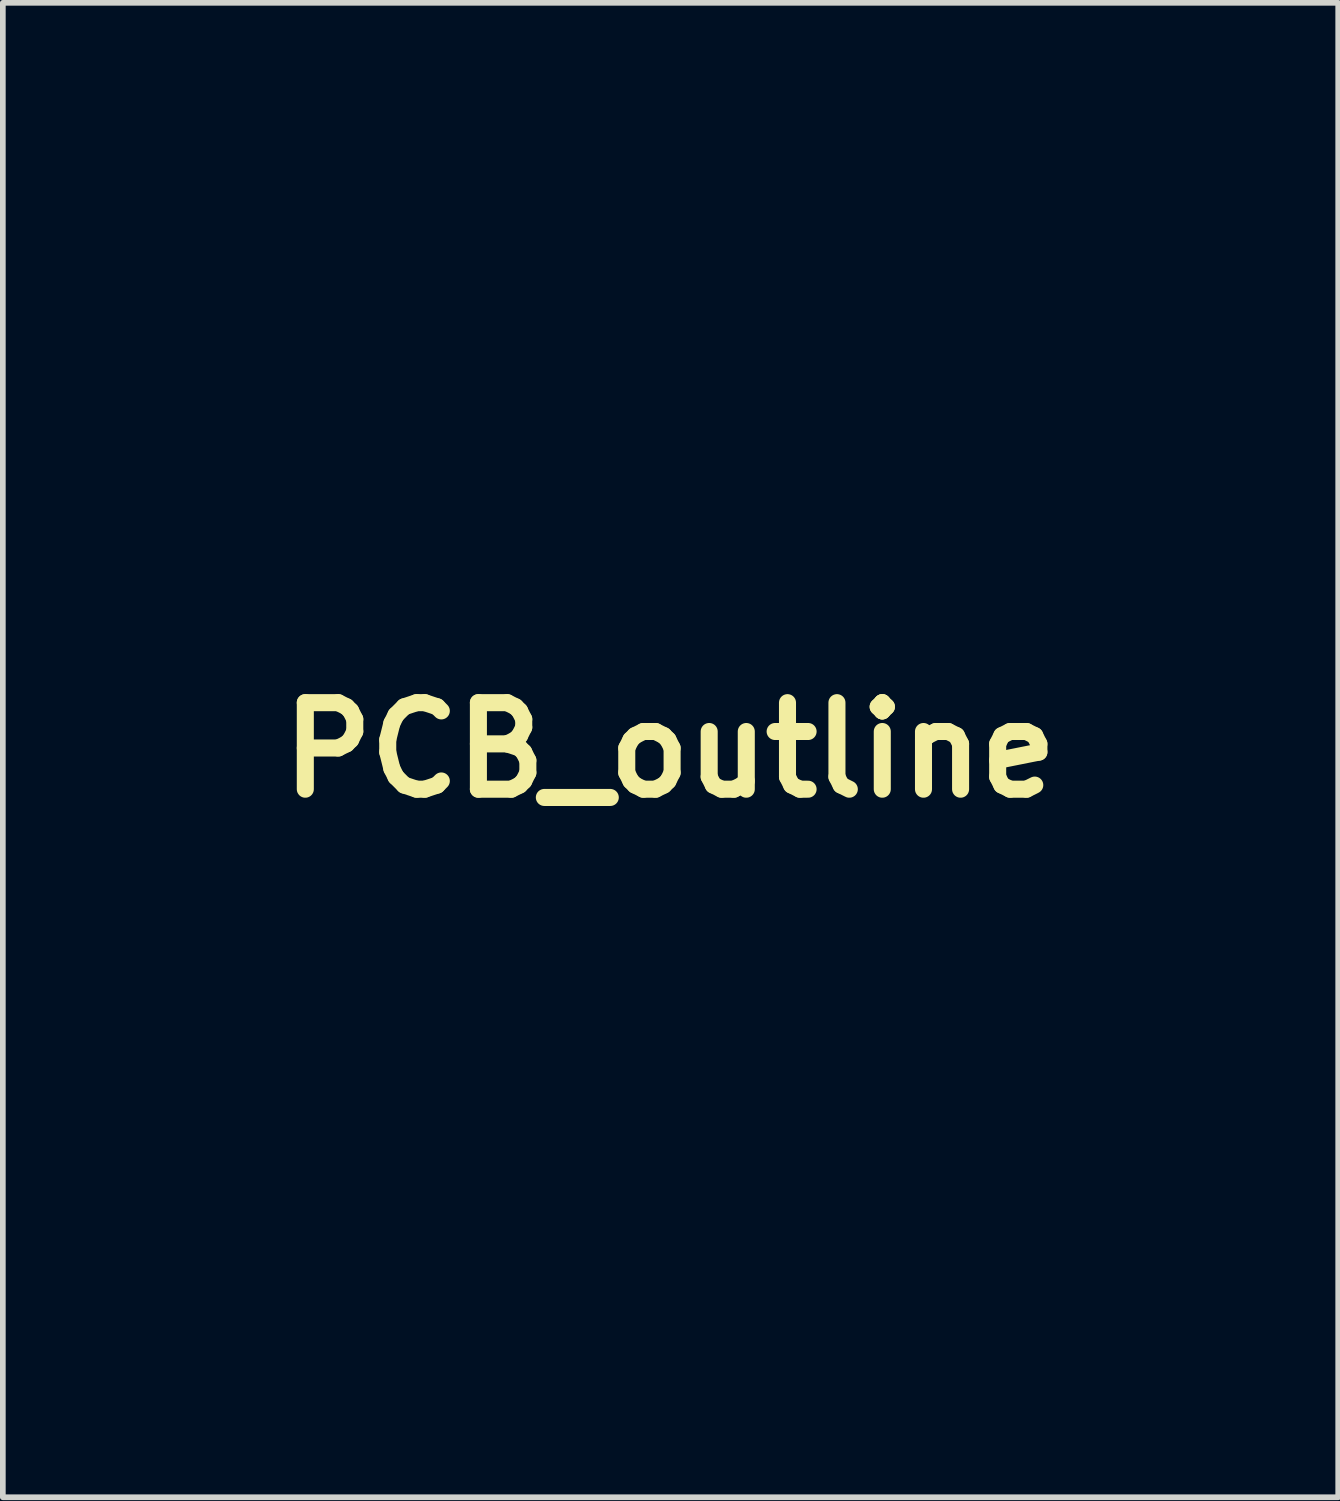
<source format=kicad_pcb>
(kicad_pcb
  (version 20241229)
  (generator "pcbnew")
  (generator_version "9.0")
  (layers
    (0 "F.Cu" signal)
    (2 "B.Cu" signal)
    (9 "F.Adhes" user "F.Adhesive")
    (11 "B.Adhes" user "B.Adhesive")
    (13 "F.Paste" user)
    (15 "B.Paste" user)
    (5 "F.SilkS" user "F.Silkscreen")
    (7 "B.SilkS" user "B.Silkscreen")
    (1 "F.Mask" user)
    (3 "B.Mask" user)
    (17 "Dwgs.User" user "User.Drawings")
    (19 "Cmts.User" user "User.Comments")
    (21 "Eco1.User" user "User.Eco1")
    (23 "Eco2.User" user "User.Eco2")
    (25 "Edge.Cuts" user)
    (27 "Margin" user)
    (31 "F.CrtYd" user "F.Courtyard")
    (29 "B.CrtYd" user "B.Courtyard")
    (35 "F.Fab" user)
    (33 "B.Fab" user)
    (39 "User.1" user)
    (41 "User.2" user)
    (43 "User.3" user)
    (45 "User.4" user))
  (footprint "PCB_outline"
    (layer "F.Cu")
    (at 8.749 10.158)
    (property "Reference" "PCB_outline" (at 0 0 0) (layer "F.SilkS") (effects (font (size 1.524 1.524) (thickness 0.3))))
    (attr through_hole)
    (fp_poly (pts (xy 8.762 10.153) (xy -8.744 10.153) (xy -8.744 9.399) (xy -5.581 9.399) (xy -5.564 9.524) (xy -5.526 9.633) (xy -5.524 9.638) (xy -5.443 9.757) (xy -5.341 9.85) (xy -5.221 9.916) (xy -5.091 9.953) (xy -4.954 9.959) (xy -4.816 9.932) (xy -4.751 9.907) (xy -4.626 9.831) (xy -4.524 9.728) (xy -4.466 9.638) (xy -4.441 9.585) (xy -4.426 9.533) (xy -4.418 9.469) (xy -4.414 9.397) (xy 4.439 9.397) (xy 4.46 9.532) (xy 4.514 9.664) (xy 4.555 9.729) (xy 4.647 9.827) (xy 4.759 9.899) (xy 4.885 9.943) (xy 5.019 9.959) (xy 5.156 9.944) (xy 5.288 9.898) (xy 5.408 9.822) (xy 5.503 9.723) (xy 5.571 9.607) (xy 5.61 9.48) (xy 5.618 9.345) (xy 5.595 9.209) (xy 5.543 9.085) (xy 5.458 8.965) (xy 5.349 8.872) (xy 5.219 8.808) (xy 5.122 8.786) (xy 5.01 8.782) (xy 4.897 8.794) (xy 4.798 8.821) (xy 4.771 8.833) (xy 4.65 8.914) (xy 4.555 9.015) (xy 4.487 9.133) (xy 4.448 9.262) (xy 4.439 9.397) (xy -4.414 9.397) (xy -4.414 9.382) (xy -4.412 9.3) (xy -4.416 9.242) (xy -4.426 9.195) (xy -4.445 9.147) (xy -4.463 9.108) (xy -4.543 8.987) (xy -4.647 8.888) (xy -4.749 8.828) (xy -4.804 8.807) (xy -4.864 8.795) (xy -4.942 8.79) (xy -4.995 8.789) (xy -5.08 8.79) (xy -5.141 8.797) (xy -5.193 8.81) (xy -5.247 8.833) (xy -5.261 8.84) (xy -5.375 8.915) (xy -5.47 9.016) (xy -5.539 9.136) (xy -5.547 9.157) (xy -5.575 9.272) (xy -5.581 9.399) (xy -8.744 9.399) (xy -8.744 6.925) (xy -5.581 6.925) (xy -5.566 7.028) (xy -5.558 7.053) (xy -5.497 7.182) (xy -5.41 7.289) (xy -5.303 7.371) (xy -5.181 7.427) (xy -5.05 7.454) (xy -4.913 7.451) (xy -4.775 7.414) (xy -4.744 7.401) (xy -4.626 7.328) (xy -4.529 7.227) (xy -4.458 7.106) (xy -4.431 7.043) (xy -4.415 6.992) (xy -4.409 6.938) (xy -4.41 6.896) (xy -0.484 6.896) (xy -0.48 6.931) (xy -0.479 6.933) (xy -0.468 6.94) (xy -0.438 6.945) (xy -0.387 6.949) (xy -0.31 6.952) (xy -0.206 6.954) (xy -0.07 6.955) (xy 0.017 6.955) (xy 0.506 6.955) (xy 0.506 6.871) (xy 4.436 6.871) (xy 4.452 7.004) (xy 4.496 7.13) (xy 4.567 7.242) (xy 4.663 7.334) (xy 4.711 7.366) (xy 4.845 7.425) (xy 4.986 7.453) (xy 5.125 7.448) (xy 5.259 7.41) (xy 5.285 7.398) (xy 5.394 7.327) (xy 5.489 7.23) (xy 5.561 7.118) (xy 5.581 7.072) (xy 5.614 6.936) (xy 5.614 6.796) (xy 5.582 6.66) (xy 5.521 6.534) (xy 5.444 6.439) (xy 5.34 6.359) (xy 5.217 6.305) (xy 5.084 6.278) (xy 4.949 6.279) (xy 4.821 6.31) (xy 4.787 6.325) (xy 4.669 6.393) (xy 4.578 6.476) (xy 4.507 6.583) (xy 4.496 6.604) (xy 4.45 6.736) (xy 4.436 6.871) (xy 0.506 6.871) (xy 0.506 6.774) (xy -0.478 6.784) (xy -0.483 6.847) (xy -0.484 6.896) (xy -4.41 6.896) (xy -4.41 6.867) (xy -4.411 6.842) (xy -4.433 6.692) (xy -4.484 6.562) (xy -4.565 6.453) (xy -4.676 6.365) (xy -4.749 6.326) (xy -4.813 6.299) (xy -4.874 6.284) (xy -4.947 6.278) (xy -4.995 6.278) (xy -5.081 6.28) (xy -5.146 6.29) (xy -5.207 6.31) (xy -5.242 6.326) (xy -5.363 6.401) (xy -5.464 6.501) (xy -5.529 6.604) (xy -5.561 6.698) (xy -5.579 6.81) (xy -5.581 6.925) (xy -8.744 6.925) (xy -8.744 3.74) (xy -7.985 3.74) (xy -7.985 5.727) (xy -6.738 5.727) (xy -6.738 3.74) (xy 6.775 3.74) (xy 6.775 5.727) (xy 7.393 5.722) (xy 8.012 5.718) (xy 8.017 4.769) (xy 8.018 4.586) (xy 8.018 4.414) (xy 8.018 4.254) (xy 8.018 4.112) (xy 8.017 3.991) (xy 8.016 3.894) (xy 8.015 3.824) (xy 8.013 3.786) (xy 8.012 3.78) (xy 8.002 3.74) (xy 6.775 3.74) (xy -6.738 3.74) (xy -7.985 3.74) (xy -8.744 3.74) (xy -8.744 1.355) (xy -5.113 1.355) (xy -5.113 2.349) (xy -4.878 2.349) (xy -4.878 1.86) (xy -0.569 1.86) (xy -0.568 1.94) (xy -0.562 1.997) (xy -0.548 2.046) (xy -0.522 2.1) (xy -0.507 2.129) (xy -0.422 2.25) (xy -0.317 2.344) (xy -0.194 2.408) (xy -0.059 2.44) (xy 0.085 2.44) (xy 0.199 2.417) (xy 0.323 2.362) (xy 0.341 2.349) (xy 4.931 2.349) (xy 5.022 2.349) (xy 5.077 2.346) (xy 5.106 2.337) (xy 5.119 2.317) (xy 5.122 2.308) (xy 5.125 2.279) (xy 5.127 2.22) (xy 5.128 2.135) (xy 5.128 2.03) (xy 5.128 1.911) (xy 5.127 1.816) (xy 5.122 1.364) (xy 4.941 1.364) (xy 4.931 2.349) (xy 0.341 2.349) (xy 0.432 2.277) (xy 0.521 2.164) (xy 0.565 2.082) (xy 0.596 1.976) (xy 0.606 1.856) (xy 0.595 1.733) (xy 0.563 1.623) (xy 0.555 1.604) (xy 0.475 1.479) (xy 0.373 1.38) (xy 0.253 1.31) (xy 0.118 1.272) (xy 0.025 1.265) (xy -0.126 1.28) (xy -0.259 1.327) (xy -0.372 1.403) (xy -0.464 1.507) (xy -0.509 1.585) (xy -0.54 1.651) (xy -0.558 1.705) (xy -0.566 1.762) (xy -0.569 1.837) (xy -0.569 1.86) (xy -4.878 1.86) (xy -4.878 1.355) (xy -5.113 1.355) (xy -8.744 1.355) (xy -8.744 -2.299) (xy -1.075 -2.299) (xy -1.07 -2.111) (xy -1.046 -1.976) (xy -0.987 -1.806) (xy -0.896 -1.646) (xy -0.779 -1.501) (xy -0.641 -1.375) (xy -0.486 -1.274) (xy -0.318 -1.202) (xy -0.249 -1.182) (xy -0.136 -1.164) (xy -0.004 -1.158) (xy 0.133 -1.164) (xy 0.258 -1.181) (xy 0.302 -1.191) (xy 0.479 -1.255) (xy 0.643 -1.35) (xy 0.788 -1.473) (xy 0.911 -1.619) (xy 1.008 -1.785) (xy 1.056 -1.905) (xy 1.097 -2.08) (xy 1.107 -2.264) (xy 1.088 -2.449) (xy 1.04 -2.628) (xy 0.965 -2.792) (xy 0.941 -2.831) (xy 0.82 -2.987) (xy 0.678 -3.116) (xy 0.519 -3.216) (xy 0.347 -3.286) (xy 0.166 -3.326) (xy -0.021 -3.335) (xy -0.21 -3.312) (xy -0.398 -3.255) (xy -0.51 -3.203) (xy -0.665 -3.102) (xy -0.798 -2.975) (xy -0.908 -2.827) (xy -0.991 -2.662) (xy -1.048 -2.485) (xy -1.075 -2.299) (xy -8.744 -2.299) (xy -8.744 -6.305) (xy -7.298 -6.305) (xy -7.298 -5.847) (xy -7.298 -5.722) (xy -7.297 -5.609) (xy -7.295 -5.513) (xy -7.292 -5.439) (xy -7.289 -5.392) (xy -7.286 -5.377) (xy -7.264 -5.373) (xy -7.213 -5.37) (xy -7.139 -5.369) (xy -7.048 -5.369) (xy -6.992 -5.37) (xy -6.711 -5.374) (xy -6.706 -5.84) (xy -6.706 -5.883) (xy -3.792 -5.883) (xy -3.792 -5.772) (xy -3.791 -5.664) (xy -3.79 -5.565) (xy -3.788 -5.481) (xy -3.785 -5.418) (xy -3.782 -5.383) (xy -3.781 -5.379) (xy -3.761 -5.374) (xy -3.711 -5.371) (xy -3.638 -5.369) (xy -3.548 -5.369) (xy -3.49 -5.369) (xy -3.207 -5.374) (xy -3.203 -5.725) (xy -0.285 -5.725) (xy -0.285 -5.612) (xy -0.284 -5.516) (xy -0.282 -5.442) (xy -0.28 -5.395) (xy -0.278 -5.38) (xy -0.258 -5.375) (xy -0.208 -5.371) (xy -0.134 -5.368) (xy -0.043 -5.366) (xy 0.019 -5.365) (xy 0.307 -5.365) (xy 0.307 -6.305) (xy 3.234 -6.305) (xy 3.234 -5.365) (xy 3.812 -5.365) (xy 3.812 -6.305) (xy 6.738 -6.305) (xy 6.738 -5.365) (xy 7.032 -5.37) (xy 7.326 -5.374) (xy 7.333 -6.305) (xy 6.738 -6.305) (xy 3.812 -6.305) (xy 3.234 -6.305) (xy 0.307 -6.305) (xy -0.283 -6.305) (xy -0.285 -5.85) (xy -0.285 -5.725) (xy -3.203 -5.725) (xy -3.202 -5.84) (xy -3.197 -6.305) (xy -3.772 -6.305) (xy -3.784 -6.256) (xy -3.787 -6.226) (xy -3.789 -6.168) (xy -3.791 -6.087) (xy -3.792 -5.99) (xy -3.792 -5.883) (xy -6.706 -5.883) (xy -6.702 -6.305) (xy -7.298 -6.305) (xy -8.744 -6.305) (xy -8.744 -8.816) (xy -7.298 -8.816) (xy -7.298 -8.358) (xy -7.298 -8.233) (xy -7.297 -8.12) (xy -7.295 -8.024) (xy -7.292 -7.95) (xy -7.289 -7.903) (xy -7.286 -7.889) (xy -7.265 -7.884) (xy -7.214 -7.881) (xy -7.14 -7.878) (xy -7.049 -7.877) (xy -6.988 -7.877) (xy -6.702 -7.877) (xy -6.702 -8.246) (xy -3.789 -8.246) (xy -3.789 -8.133) (xy -3.788 -8.038) (xy -3.787 -7.964) (xy -3.784 -7.917) (xy -3.782 -7.904) (xy -3.773 -7.893) (xy -3.751 -7.886) (xy -3.71 -7.881) (xy -3.647 -7.878) (xy -3.556 -7.877) (xy -3.485 -7.877) (xy -3.198 -7.877) (xy -3.198 -7.985) (xy -0.279 -7.985) (xy -0.279 -7.933) (xy -0.276 -7.897) (xy -0.275 -7.89) (xy -0.256 -7.885) (xy -0.207 -7.882) (xy -0.134 -7.879) (xy -0.044 -7.877) (xy 0.019 -7.877) (xy 0.307 -7.877) (xy 0.307 -8.816) (xy 3.234 -8.816) (xy 3.234 -7.877) (xy 3.812 -7.877) (xy 3.812 -8.816) (xy 6.738 -8.816) (xy 6.738 -7.876) (xy 7.032 -7.881) (xy 7.326 -7.886) (xy 7.331 -8.31) (xy 7.332 -8.432) (xy 7.332 -8.545) (xy 7.331 -8.641) (xy 7.33 -8.715) (xy 7.328 -8.763) (xy 7.326 -8.775) (xy 7.321 -8.79) (xy 7.311 -8.801) (xy 7.292 -8.809) (xy 7.257 -8.813) (xy 7.201 -8.815) (xy 7.118 -8.816) (xy 7.027 -8.816) (xy 6.738 -8.816) (xy 3.812 -8.816) (xy 3.234 -8.816) (xy 0.307 -8.816) (xy -0.271 -8.816) (xy -0.274 -8.441) (xy -0.275 -8.323) (xy -0.276 -8.211) (xy -0.277 -8.114) (xy -0.278 -8.038) (xy -0.279 -7.99) (xy -0.279 -7.985) (xy -3.198 -7.985) (xy -3.198 -8.817) (xy -3.491 -8.812) (xy -3.785 -8.807) (xy -3.789 -8.369) (xy -3.789 -8.246) (xy -6.702 -8.246) (xy -6.702 -8.816) (xy -7.298 -8.816) (xy -8.744 -8.816) (xy -8.744 -10.153) (xy 8.762 -10.153) (xy 8.762 10.153)) (stroke (width 0.01) (type solid)) (fill no) (layer "Eco1.User")))
  (gr_rect
    (start -3 -3)
    (end 20.515 23.316)
    (stroke (width 0.1) (type default))
    (fill no)
    (layer "Edge.Cuts")))
</source>
